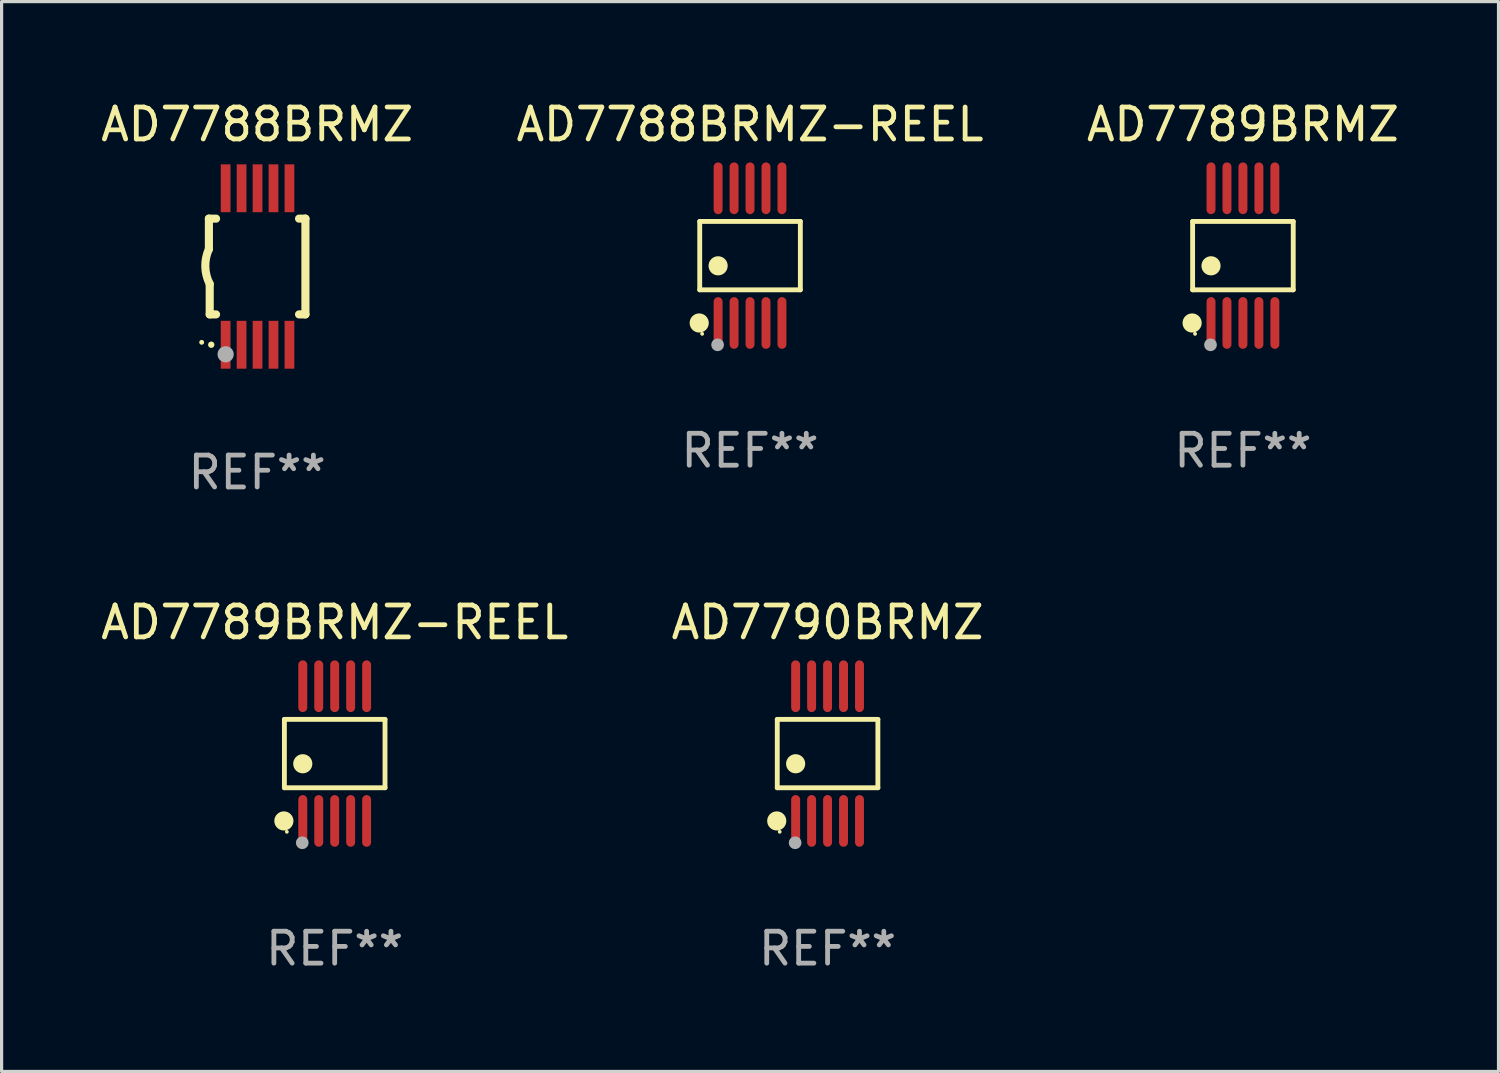
<source format=kicad_pcb>
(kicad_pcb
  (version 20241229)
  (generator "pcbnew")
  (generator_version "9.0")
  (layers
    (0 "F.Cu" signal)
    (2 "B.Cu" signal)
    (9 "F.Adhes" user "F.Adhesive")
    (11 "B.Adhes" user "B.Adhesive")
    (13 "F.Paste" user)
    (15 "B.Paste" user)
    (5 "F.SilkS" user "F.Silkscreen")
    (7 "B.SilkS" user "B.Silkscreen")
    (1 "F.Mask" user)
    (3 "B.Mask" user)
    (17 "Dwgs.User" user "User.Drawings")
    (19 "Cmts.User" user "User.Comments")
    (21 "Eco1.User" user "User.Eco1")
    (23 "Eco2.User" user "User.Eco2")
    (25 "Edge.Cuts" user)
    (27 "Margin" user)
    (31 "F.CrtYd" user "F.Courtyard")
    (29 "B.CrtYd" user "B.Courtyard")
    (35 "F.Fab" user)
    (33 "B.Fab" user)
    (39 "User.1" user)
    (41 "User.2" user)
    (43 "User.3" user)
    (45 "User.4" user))
  (footprint "AD7788BRMZ"
    (layer "F.Cu")
    (at 5.006 5.299)
    (property "Reference" "AD7788BRMZ" (at 0 -4.451 0) (layer "F.SilkS") (effects (font (size 1 1) (thickness 0.15))))
    (attr through_hole)
    (fp_line (start -1.512 -1.5) (end -1.512 -0.546) (stroke (width 0.254) (type solid)) (layer "F.SilkS"))
    (fp_line (start -1.487 0.546) (end -1.487 1.5) (stroke (width 0.254) (type solid)) (layer "F.SilkS"))
    (fp_line (start -1.288 -1.5) (end -1.512 -1.5) (stroke (width 0.254) (type solid)) (layer "F.SilkS"))
    (fp_line (start -1.288 1.5) (end -1.487 1.5) (stroke (width 0.254) (type solid)) (layer "F.SilkS"))
    (fp_line (start 1.512 -1.5) (end 1.312 -1.5) (stroke (width 0.254) (type solid)) (layer "F.SilkS"))
    (fp_line (start 1.512 -1.5) (end 1.512 1.5) (stroke (width 0.254) (type solid)) (layer "F.SilkS"))
    (fp_line (start 1.512 1.5) (end 1.312 1.5) (stroke (width 0.254) (type solid)) (layer "F.SilkS"))
    (fp_arc (start -1.739332 2.375032) (mid -1.738062 2.375026) (end -1.736792 2.375032) (stroke (width 0.150013) (type solid)) (layer "F.SilkS"))
    (fp_arc (start -1.486602 0.546102) (mid -1.624196 0.002905) (end -1.512002 -0.546101) (stroke (width 0.254001) (type solid)) (layer "F.SilkS"))
    (fp_circle (center -1.438 2.45) (end -1.388 2.45) (stroke (width 0.1) (type solid)) (fill no) (layer "F.SilkS"))
    (fp_circle (center -0.988 2.75) (end -0.861 2.75) (stroke (width 0.254) (type solid)) (fill no) (layer "F.Fab"))
    (fp_text user "REF**" (at 0 6.451 0) (layer "F.Fab") (effects (font (size 1 1) (thickness 0.15))))
    (pad "1" smd rect (at -0.988 2.451 90) (size 1.5 0.305) (layers "F.Cu" "F.Mask" "F.Paste"))
    (pad "2" smd rect (at -0.488 2.451 90) (size 1.5 0.305) (layers "F.Cu" "F.Mask" "F.Paste"))
    (pad "3" smd rect (at 0.012 2.451 90) (size 1.5 0.305) (layers "F.Cu" "F.Mask" "F.Paste"))
    (pad "4" smd rect (at 0.512 2.451 90) (size 1.5 0.305) (layers "F.Cu" "F.Mask" "F.Paste"))
    (pad "5" smd rect (at 1.012 2.451 90) (size 1.5 0.305) (layers "F.Cu" "F.Mask" "F.Paste"))
    (pad "6" smd rect (at 1.012 -2.451 90) (size 1.5 0.305) (layers "F.Cu" "F.Mask" "F.Paste"))
    (pad "7" smd rect (at 0.512 -2.451 90) (size 1.5 0.305) (layers "F.Cu" "F.Mask" "F.Paste"))
    (pad "8" smd rect (at 0.012 -2.451 90) (size 1.5 0.305) (layers "F.Cu" "F.Mask" "F.Paste"))
    (pad "9" smd rect (at -0.488 -2.451 90) (size 1.5 0.305) (layers "F.Cu" "F.Mask" "F.Paste"))
    (pad "10" smd rect (at -0.988 -2.451 90) (size 1.5 0.305) (layers "F.Cu" "F.Mask" "F.Paste")))
  (footprint "AD7789BRMZ"
    (layer "F.Cu")
    (at 35.887 4.958)
    (property "Reference" "AD7789BRMZ" (at 0 -4.11 0) (layer "F.SilkS") (effects (font (size 1 1) (thickness 0.15))))
    (attr through_hole)
    (fp_line (start -1.576 -1.071) (end 1.576 -1.071) (stroke (width 0.152) (type solid)) (layer "F.SilkS"))
    (fp_line (start -1.576 1.071) (end -1.576 -1.071) (stroke (width 0.152) (type solid)) (layer "F.SilkS"))
    (fp_line (start 1.576 -1.071) (end 1.576 1.071) (stroke (width 0.152) (type solid)) (layer "F.SilkS"))
    (fp_line (start 1.576 1.071) (end -1.576 1.071) (stroke (width 0.152) (type solid)) (layer "F.SilkS"))
    (fp_circle (center -1.592 2.11) (end -1.442 2.11) (stroke (width 0.3) (type solid)) (fill no) (layer "F.SilkS"))
    (fp_circle (center -1.5 2.45) (end -1.47 2.45) (stroke (width 0.06) (type solid)) (fill no) (layer "F.SilkS"))
    (fp_circle (center -1 0.319) (end -0.85 0.319) (stroke (width 0.3) (type solid)) (fill no) (layer "F.SilkS"))
    (fp_circle (center -1.016 2.794) (end -0.916 2.794) (stroke (width 0.2) (type solid)) (fill no) (layer "F.Fab"))
    (fp_text user "REF**" (at 0 6.11 0) (layer "F.Fab") (effects (font (size 1 1) (thickness 0.15))))
    (pad "1" smd oval (at -1 2.11) (size 0.28 1.62) (layers "F.Cu" "F.Mask" "F.Paste"))
    (pad "2" smd oval (at -0.5 2.11) (size 0.28 1.62) (layers "F.Cu" "F.Mask" "F.Paste"))
    (pad "3" smd oval (at 0 2.11) (size 0.28 1.62) (layers "F.Cu" "F.Mask" "F.Paste"))
    (pad "4" smd oval (at 0.5 2.11) (size 0.28 1.62) (layers "F.Cu" "F.Mask" "F.Paste"))
    (pad "5" smd oval (at 1 2.11) (size 0.28 1.62) (layers "F.Cu" "F.Mask" "F.Paste"))
    (pad "6" smd oval (at 1 -2.11) (size 0.28 1.62) (layers "F.Cu" "F.Mask" "F.Paste"))
    (pad "7" smd oval (at 0.5 -2.11) (size 0.28 1.62) (layers "F.Cu" "F.Mask" "F.Paste"))
    (pad "8" smd oval (at 0 -2.11) (size 0.28 1.62) (layers "F.Cu" "F.Mask" "F.Paste"))
    (pad "9" smd oval (at -0.5 -2.11) (size 0.28 1.62) (layers "F.Cu" "F.Mask" "F.Paste"))
    (pad "10" smd oval (at -1 -2.11) (size 0.28 1.62) (layers "F.Cu" "F.Mask" "F.Paste")))
  (footprint "AD7788BRMZ-REEL"
    (layer "F.Cu")
    (at 20.446 4.958)
    (property "Reference" "AD7788BRMZ-REEL" (at 0 -4.11 0) (layer "F.SilkS") (effects (font (size 1 1) (thickness 0.15))))
    (attr through_hole)
    (fp_line (start -1.576 -1.071) (end 1.576 -1.071) (stroke (width 0.152) (type solid)) (layer "F.SilkS"))
    (fp_line (start -1.576 1.071) (end -1.576 -1.071) (stroke (width 0.152) (type solid)) (layer "F.SilkS"))
    (fp_line (start 1.576 -1.071) (end 1.576 1.071) (stroke (width 0.152) (type solid)) (layer "F.SilkS"))
    (fp_line (start 1.576 1.071) (end -1.576 1.071) (stroke (width 0.152) (type solid)) (layer "F.SilkS"))
    (fp_circle (center -1.592 2.11) (end -1.442 2.11) (stroke (width 0.3) (type solid)) (fill no) (layer "F.SilkS"))
    (fp_circle (center -1.5 2.45) (end -1.47 2.45) (stroke (width 0.06) (type solid)) (fill no) (layer "F.SilkS"))
    (fp_circle (center -1 0.319) (end -0.85 0.319) (stroke (width 0.3) (type solid)) (fill no) (layer "F.SilkS"))
    (fp_circle (center -1.016 2.794) (end -0.916 2.794) (stroke (width 0.2) (type solid)) (fill no) (layer "F.Fab"))
    (fp_text user "REF**" (at 0 6.11 0) (layer "F.Fab") (effects (font (size 1 1) (thickness 0.15))))
    (pad "1" smd oval (at -1 2.11) (size 0.28 1.62) (layers "F.Cu" "F.Mask" "F.Paste"))
    (pad "2" smd oval (at -0.5 2.11) (size 0.28 1.62) (layers "F.Cu" "F.Mask" "F.Paste"))
    (pad "3" smd oval (at 0 2.11) (size 0.28 1.62) (layers "F.Cu" "F.Mask" "F.Paste"))
    (pad "4" smd oval (at 0.5 2.11) (size 0.28 1.62) (layers "F.Cu" "F.Mask" "F.Paste"))
    (pad "5" smd oval (at 1 2.11) (size 0.28 1.62) (layers "F.Cu" "F.Mask" "F.Paste"))
    (pad "6" smd oval (at 1 -2.11) (size 0.28 1.62) (layers "F.Cu" "F.Mask" "F.Paste"))
    (pad "7" smd oval (at 0.5 -2.11) (size 0.28 1.62) (layers "F.Cu" "F.Mask" "F.Paste"))
    (pad "8" smd oval (at 0 -2.11) (size 0.28 1.62) (layers "F.Cu" "F.Mask" "F.Paste"))
    (pad "9" smd oval (at -0.5 -2.11) (size 0.28 1.62) (layers "F.Cu" "F.Mask" "F.Paste"))
    (pad "10" smd oval (at -1 -2.11) (size 0.28 1.62) (layers "F.Cu" "F.Mask" "F.Paste")))
  (footprint "AD7789BRMZ-REEL"
    (layer "F.Cu")
    (at 7.435 20.557)
    (property "Reference" "AD7789BRMZ-REEL" (at 0 -4.11 0) (layer "F.SilkS") (effects (font (size 1 1) (thickness 0.15))))
    (attr through_hole)
    (fp_line (start -1.576 -1.071) (end 1.576 -1.071) (stroke (width 0.152) (type solid)) (layer "F.SilkS"))
    (fp_line (start -1.576 1.071) (end -1.576 -1.071) (stroke (width 0.152) (type solid)) (layer "F.SilkS"))
    (fp_line (start 1.576 -1.071) (end 1.576 1.071) (stroke (width 0.152) (type solid)) (layer "F.SilkS"))
    (fp_line (start 1.576 1.071) (end -1.576 1.071) (stroke (width 0.152) (type solid)) (layer "F.SilkS"))
    (fp_circle (center -1.592 2.11) (end -1.442 2.11) (stroke (width 0.3) (type solid)) (fill no) (layer "F.SilkS"))
    (fp_circle (center -1.5 2.45) (end -1.47 2.45) (stroke (width 0.06) (type solid)) (fill no) (layer "F.SilkS"))
    (fp_circle (center -1 0.319) (end -0.85 0.319) (stroke (width 0.3) (type solid)) (fill no) (layer "F.SilkS"))
    (fp_circle (center -1.016 2.794) (end -0.916 2.794) (stroke (width 0.2) (type solid)) (fill no) (layer "F.Fab"))
    (fp_text user "REF**" (at 0 6.11 0) (layer "F.Fab") (effects (font (size 1 1) (thickness 0.15))))
    (pad "1" smd oval (at -1 2.11) (size 0.28 1.62) (layers "F.Cu" "F.Mask" "F.Paste"))
    (pad "2" smd oval (at -0.5 2.11) (size 0.28 1.62) (layers "F.Cu" "F.Mask" "F.Paste"))
    (pad "3" smd oval (at 0 2.11) (size 0.28 1.62) (layers "F.Cu" "F.Mask" "F.Paste"))
    (pad "4" smd oval (at 0.5 2.11) (size 0.28 1.62) (layers "F.Cu" "F.Mask" "F.Paste"))
    (pad "5" smd oval (at 1 2.11) (size 0.28 1.62) (layers "F.Cu" "F.Mask" "F.Paste"))
    (pad "6" smd oval (at 1 -2.11) (size 0.28 1.62) (layers "F.Cu" "F.Mask" "F.Paste"))
    (pad "7" smd oval (at 0.5 -2.11) (size 0.28 1.62) (layers "F.Cu" "F.Mask" "F.Paste"))
    (pad "8" smd oval (at 0 -2.11) (size 0.28 1.62) (layers "F.Cu" "F.Mask" "F.Paste"))
    (pad "9" smd oval (at -0.5 -2.11) (size 0.28 1.62) (layers "F.Cu" "F.Mask" "F.Paste"))
    (pad "10" smd oval (at -1 -2.11) (size 0.28 1.62) (layers "F.Cu" "F.Mask" "F.Paste")))
  (footprint "AD7790BRMZ"
    (layer "F.Cu")
    (at 22.875 20.557)
    (property "Reference" "AD7790BRMZ" (at 0 -4.11 0) (layer "F.SilkS") (effects (font (size 1 1) (thickness 0.15))))
    (attr through_hole)
    (fp_line (start -1.576 -1.071) (end 1.576 -1.071) (stroke (width 0.152) (type solid)) (layer "F.SilkS"))
    (fp_line (start -1.576 1.071) (end -1.576 -1.071) (stroke (width 0.152) (type solid)) (layer "F.SilkS"))
    (fp_line (start 1.576 -1.071) (end 1.576 1.071) (stroke (width 0.152) (type solid)) (layer "F.SilkS"))
    (fp_line (start 1.576 1.071) (end -1.576 1.071) (stroke (width 0.152) (type solid)) (layer "F.SilkS"))
    (fp_circle (center -1.592 2.11) (end -1.442 2.11) (stroke (width 0.3) (type solid)) (fill no) (layer "F.SilkS"))
    (fp_circle (center -1.5 2.45) (end -1.47 2.45) (stroke (width 0.06) (type solid)) (fill no) (layer "F.SilkS"))
    (fp_circle (center -1 0.319) (end -0.85 0.319) (stroke (width 0.3) (type solid)) (fill no) (layer "F.SilkS"))
    (fp_circle (center -1.016 2.794) (end -0.916 2.794) (stroke (width 0.2) (type solid)) (fill no) (layer "F.Fab"))
    (fp_text user "REF**" (at 0 6.11 0) (layer "F.Fab") (effects (font (size 1 1) (thickness 0.15))))
    (pad "1" smd oval (at -1 2.11) (size 0.28 1.62) (layers "F.Cu" "F.Mask" "F.Paste"))
    (pad "2" smd oval (at -0.5 2.11) (size 0.28 1.62) (layers "F.Cu" "F.Mask" "F.Paste"))
    (pad "3" smd oval (at 0 2.11) (size 0.28 1.62) (layers "F.Cu" "F.Mask" "F.Paste"))
    (pad "4" smd oval (at 0.5 2.11) (size 0.28 1.62) (layers "F.Cu" "F.Mask" "F.Paste"))
    (pad "5" smd oval (at 1 2.11) (size 0.28 1.62) (layers "F.Cu" "F.Mask" "F.Paste"))
    (pad "6" smd oval (at 1 -2.11) (size 0.28 1.62) (layers "F.Cu" "F.Mask" "F.Paste"))
    (pad "7" smd oval (at 0.5 -2.11) (size 0.28 1.62) (layers "F.Cu" "F.Mask" "F.Paste"))
    (pad "8" smd oval (at 0 -2.11) (size 0.28 1.62) (layers "F.Cu" "F.Mask" "F.Paste"))
    (pad "9" smd oval (at -0.5 -2.11) (size 0.28 1.62) (layers "F.Cu" "F.Mask" "F.Paste"))
    (pad "10" smd oval (at -1 -2.11) (size 0.28 1.62) (layers "F.Cu" "F.Mask" "F.Paste")))
  (gr_rect
    (start -3 -3)
    (end 43.893 30.515)
    (stroke (width 0.1) (type default))
    (fill no)
    (layer "Edge.Cuts")))
</source>
